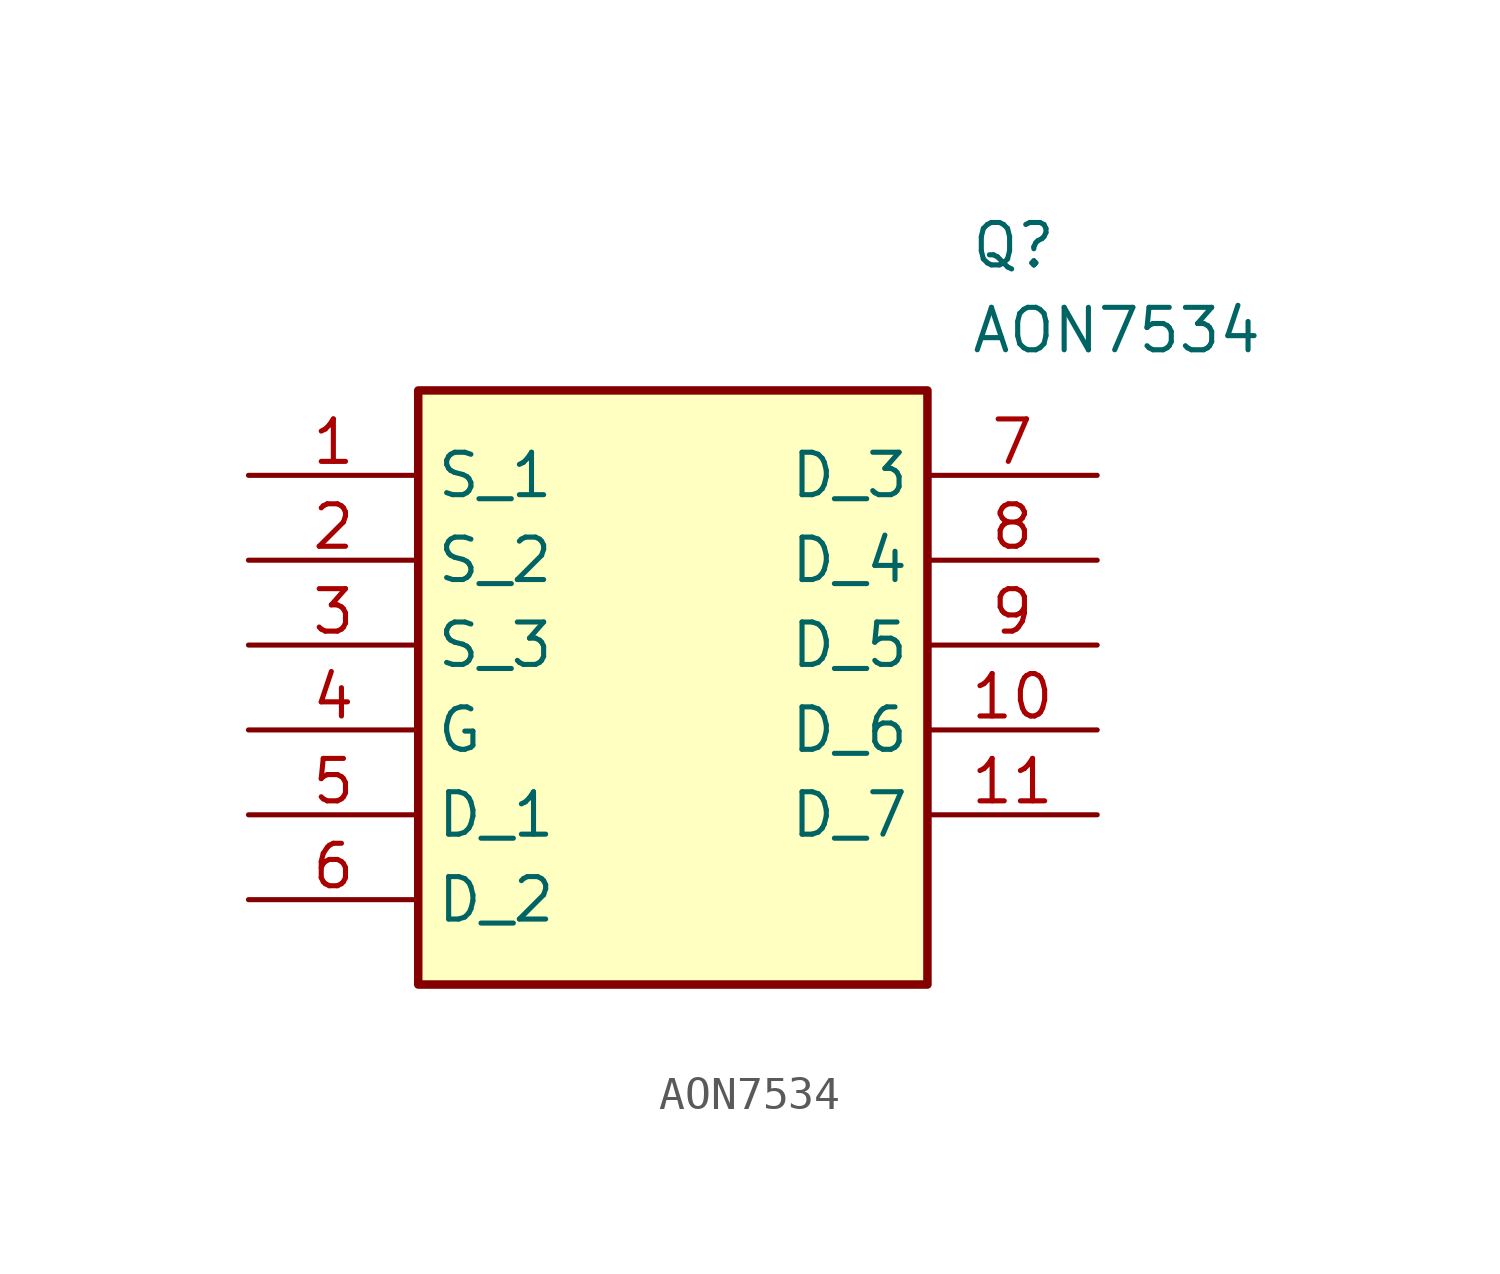
<source format=kicad_sym>
(kicad_symbol_lib
  (version 20211014)
  (generator SamacSys_ECAD_Model)
  (symbol "AON7534"
    (property "Reference" "Q"
      (at 21.59 7.62 0)
      (effects (font (size 1.27 1.27)) (justify left top)))
    (property "Value" "AON7534"
      (at 21.59 5.08 0)
      (effects (font (size 1.27 1.27)) (justify left top)))
    (rectangle
      (start 5.08 2.54)
      (end 20.32 -15.24)
      (stroke (width 0.254) (type default))
      (fill (type background)))
    (pin passive line
      (at 0 0 0)
      (length 5.08)
      (name "S_1" (effects (font (size 1.27 1.27))))
      (number "1" (effects (font (size 1.27 1.27)))))
    (pin passive line
      (at 0 -2.54 0)
      (length 5.08)
      (name "S_2" (effects (font (size 1.27 1.27))))
      (number "2" (effects (font (size 1.27 1.27)))))
    (pin passive line
      (at 0 -5.08 0)
      (length 5.08)
      (name "S_3" (effects (font (size 1.27 1.27))))
      (number "3" (effects (font (size 1.27 1.27)))))
    (pin passive line
      (at 0 -7.62 0)
      (length 5.08)
      (name "G" (effects (font (size 1.27 1.27))))
      (number "4" (effects (font (size 1.27 1.27)))))
    (pin passive line
      (at 0 -10.16 0)
      (length 5.08)
      (name "D_1" (effects (font (size 1.27 1.27))))
      (number "5" (effects (font (size 1.27 1.27)))))
    (pin passive line
      (at 0 -12.7 0)
      (length 5.08)
      (name "D_2" (effects (font (size 1.27 1.27))))
      (number "6" (effects (font (size 1.27 1.27)))))
    (pin passive line
      (at 25.4 0 180)
      (length 5.08)
      (name "D_3" (effects (font (size 1.27 1.27))))
      (number "7" (effects (font (size 1.27 1.27)))))
    (pin passive line
      (at 25.4 -2.54 180)
      (length 5.08)
      (name "D_4" (effects (font (size 1.27 1.27))))
      (number "8" (effects (font (size 1.27 1.27)))))
    (pin passive line
      (at 25.4 -5.08 180)
      (length 5.08)
      (name "D_5" (effects (font (size 1.27 1.27))))
      (number "9" (effects (font (size 1.27 1.27)))))
    (pin passive line
      (at 25.4 -7.62 180)
      (length 5.08)
      (name "D_6" (effects (font (size 1.27 1.27))))
      (number "10" (effects (font (size 1.27 1.27)))))
    (pin passive line
      (at 25.4 -10.16 180)
      (length 5.08)
      (name "D_7" (effects (font (size 1.27 1.27))))
      (number "11" (effects (font (size 1.27 1.27)))))))
</source>
